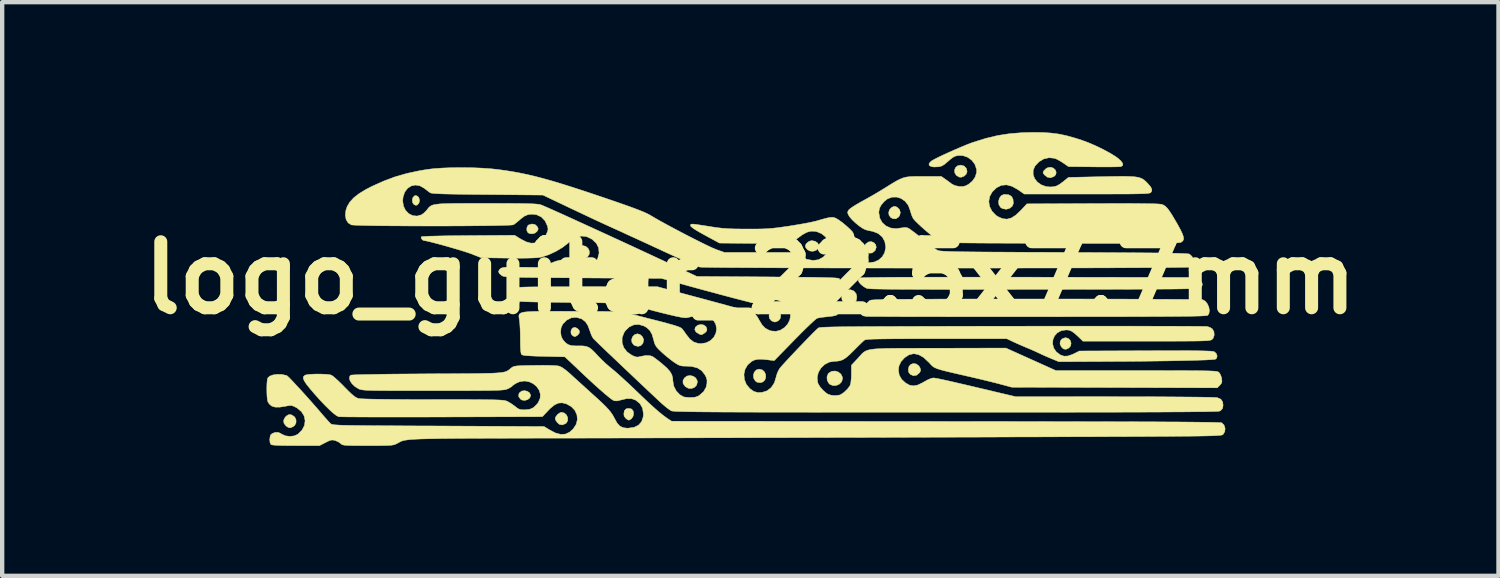
<source format=kicad_pcb>
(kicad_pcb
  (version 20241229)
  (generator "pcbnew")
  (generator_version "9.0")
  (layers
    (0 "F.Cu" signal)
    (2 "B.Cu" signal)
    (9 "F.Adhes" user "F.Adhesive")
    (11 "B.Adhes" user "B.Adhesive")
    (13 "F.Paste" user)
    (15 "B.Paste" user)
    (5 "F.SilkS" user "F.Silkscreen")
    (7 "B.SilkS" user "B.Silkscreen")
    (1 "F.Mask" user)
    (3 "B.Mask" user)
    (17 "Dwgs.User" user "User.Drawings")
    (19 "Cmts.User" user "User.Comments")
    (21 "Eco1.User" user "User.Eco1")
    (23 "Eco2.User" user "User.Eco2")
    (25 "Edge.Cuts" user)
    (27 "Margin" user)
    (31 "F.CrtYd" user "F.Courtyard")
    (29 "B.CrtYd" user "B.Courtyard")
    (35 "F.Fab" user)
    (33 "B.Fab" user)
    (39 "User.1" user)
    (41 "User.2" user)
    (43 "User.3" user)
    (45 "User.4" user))
  (footprint "logo_guitar_22.5x7.7mm"
    (layer "F.Cu")
    (at 14.268 3.364)
    (property "Reference" "logo_guitar_22.5x7.7mm" (at 0 0 0) (layer "F.SilkS") (effects (font (size 1.524 1.524) (thickness 0.3))))
    (attr through_hole)
    (fp_poly (pts (xy -7.674 -1.881) (xy -7.648 -1.845) (xy -7.635 -1.781) (xy -7.651 -1.722) (xy -7.689 -1.683) (xy -7.72 -1.675) (xy -7.765 -1.695) (xy -7.792 -1.732) (xy -7.804 -1.796) (xy -7.788 -1.855) (xy -7.751 -1.894) (xy -7.72 -1.902) (xy -7.674 -1.881)) (stroke (width 0.01) (type solid)) (fill yes) (layer "F.SilkS"))
    (fp_poly (pts (xy 4.932 -2.583) (xy 4.984 -2.53) (xy 5.003 -2.455) (xy 4.983 -2.396) (xy 4.934 -2.349) (xy 4.87 -2.324) (xy 4.822 -2.327) (xy 4.755 -2.366) (xy 4.719 -2.423) (xy 4.713 -2.487) (xy 4.735 -2.546) (xy 4.785 -2.588) (xy 4.856 -2.603) (xy 4.932 -2.583)) (stroke (width 0.01) (type solid)) (fill yes) (layer "F.SilkS"))
    (fp_poly (pts (xy 7.344 1.4) (xy 7.386 1.447) (xy 7.403 1.509) (xy 7.391 1.571) (xy 7.352 1.617) (xy 7.284 1.649) (xy 7.226 1.638) (xy 7.178 1.592) (xy 7.147 1.524) (xy 7.154 1.458) (xy 7.195 1.407) (xy 7.264 1.382) (xy 7.281 1.381) (xy 7.344 1.4)) (stroke (width 0.01) (type solid)) (fill yes) (layer "F.SilkS"))
    (fp_poly (pts (xy -5.149 2.616) (xy -5.097 2.651) (xy -5.072 2.704) (xy -5.071 2.715) (xy -5.091 2.77) (xy -5.14 2.809) (xy -5.205 2.828) (xy -5.27 2.819) (xy -5.301 2.801) (xy -5.345 2.744) (xy -5.345 2.682) (xy -5.328 2.651) (xy -5.279 2.613) (xy -5.214 2.602) (xy -5.149 2.616)) (stroke (width 0.01) (type solid)) (fill yes) (layer "F.SilkS"))
    (fp_poly (pts (xy -4.967 -1.23) (xy -4.922 -1.189) (xy -4.898 -1.144) (xy -4.902 -1.109) (xy -4.922 -1.075) (xy -4.971 -1.034) (xy -5.038 -1.017) (xy -5.104 -1.026) (xy -5.134 -1.046) (xy -5.159 -1.096) (xy -5.158 -1.157) (xy -5.135 -1.208) (xy -5.118 -1.222) (xy -5.038 -1.245) (xy -4.967 -1.23)) (stroke (width 0.01) (type solid)) (fill yes) (layer "F.SilkS"))
    (fp_poly (pts (xy -2.74 3.026) (xy -2.703 3.073) (xy -2.694 3.139) (xy -2.709 3.2) (xy -2.747 3.253) (xy -2.795 3.281) (xy -2.807 3.283) (xy -2.833 3.271) (xy -2.87 3.247) (xy -2.912 3.194) (xy -2.92 3.139) (xy -2.907 3.063) (xy -2.865 3.021) (xy -2.807 3.011) (xy -2.74 3.026)) (stroke (width 0.01) (type solid)) (fill yes) (layer "F.SilkS"))
    (fp_poly (pts (xy -2.541 1.31) (xy -2.489 1.359) (xy -2.463 1.422) (xy -2.462 1.434) (xy -2.48 1.511) (xy -2.527 1.562) (xy -2.592 1.581) (xy -2.664 1.563) (xy -2.694 1.544) (xy -2.734 1.487) (xy -2.74 1.42) (xy -2.717 1.356) (xy -2.669 1.308) (xy -2.603 1.29) (xy -2.541 1.31)) (stroke (width 0.01) (type solid)) (fill yes) (layer "F.SilkS"))
    (fp_poly (pts (xy 2.854 -0.812) (xy 2.893 -0.767) (xy 2.906 -0.708) (xy 2.885 -0.643) (xy 2.874 -0.626) (xy 2.812 -0.576) (xy 2.741 -0.571) (xy 2.676 -0.601) (xy 2.635 -0.654) (xy 2.63 -0.72) (xy 2.664 -0.784) (xy 2.671 -0.792) (xy 2.734 -0.832) (xy 2.798 -0.836) (xy 2.854 -0.812)) (stroke (width 0.01) (type solid)) (fill yes) (layer "F.SilkS"))
    (fp_poly (pts (xy 3.831 1.987) (xy 3.888 2.03) (xy 3.913 2.069) (xy 3.931 2.119) (xy 3.923 2.158) (xy 3.9 2.193) (xy 3.837 2.246) (xy 3.764 2.257) (xy 3.696 2.229) (xy 3.655 2.179) (xy 3.645 2.116) (xy 3.662 2.043) (xy 3.706 1.995) (xy 3.766 1.976) (xy 3.831 1.987)) (stroke (width 0.01) (type solid)) (fill yes) (layer "F.SilkS"))
    (fp_poly (pts (xy 6.997 -2.532) (xy 7.04 -2.49) (xy 7.059 -2.437) (xy 7.049 -2.383) (xy 7.014 -2.345) (xy 6.935 -2.312) (xy 6.858 -2.324) (xy 6.8 -2.367) (xy 6.763 -2.408) (xy 6.756 -2.438) (xy 6.775 -2.474) (xy 6.822 -2.52) (xy 6.869 -2.546) (xy 6.938 -2.554) (xy 6.997 -2.532)) (stroke (width 0.01) (type solid)) (fill yes) (layer "F.SilkS"))
    (fp_poly (pts (xy -3.999 1.162) (xy -3.994 1.165) (xy -3.948 1.214) (xy -3.945 1.269) (xy -3.985 1.32) (xy -3.989 1.323) (xy -4.033 1.351) (xy -4.063 1.354) (xy -4.102 1.334) (xy -4.103 1.334) (xy -4.136 1.292) (xy -4.142 1.234) (xy -4.123 1.179) (xy -4.096 1.154) (xy -4.049 1.141) (xy -3.999 1.162)) (stroke (width 0.01) (type solid)) (fill yes) (layer "F.SilkS"))
    (fp_poly (pts (xy -3.799 -0.729) (xy -3.746 -0.683) (xy -3.716 -0.62) (xy -3.716 -0.553) (xy -3.751 -0.493) (xy -3.754 -0.49) (xy -3.816 -0.459) (xy -3.89 -0.453) (xy -3.958 -0.472) (xy -3.994 -0.503) (xy -4.025 -0.579) (xy -4.017 -0.651) (xy -3.976 -0.71) (xy -3.909 -0.743) (xy -3.871 -0.747) (xy -3.799 -0.729)) (stroke (width 0.01) (type solid)) (fill yes) (layer "F.SilkS"))
    (fp_poly (pts (xy -1.317 2.27) (xy -1.259 2.311) (xy -1.226 2.373) (xy -1.222 2.402) (xy -1.241 2.476) (xy -1.29 2.527) (xy -1.357 2.553) (xy -1.431 2.548) (xy -1.501 2.508) (xy -1.506 2.503) (xy -1.553 2.436) (xy -1.555 2.369) (xy -1.52 2.307) (xy -1.46 2.264) (xy -1.389 2.253) (xy -1.317 2.27)) (stroke (width 0.01) (type solid)) (fill yes) (layer "F.SilkS"))
    (fp_poly (pts (xy 0.275 2.123) (xy 0.325 2.167) (xy 0.352 2.228) (xy 0.356 2.295) (xy 0.335 2.356) (xy 0.289 2.401) (xy 0.233 2.418) (xy 0.155 2.407) (xy 0.115 2.378) (xy 0.076 2.315) (xy 0.07 2.243) (xy 0.091 2.176) (xy 0.136 2.126) (xy 0.201 2.105) (xy 0.203 2.105) (xy 0.275 2.123)) (stroke (width 0.01) (type solid)) (fill yes) (layer "F.SilkS"))
    (fp_poly (pts (xy 3.355 -1.647) (xy 3.39 -1.629) (xy 3.443 -1.577) (xy 3.462 -1.508) (xy 3.445 -1.438) (xy 3.42 -1.405) (xy 3.357 -1.364) (xy 3.291 -1.367) (xy 3.241 -1.394) (xy 3.201 -1.447) (xy 3.193 -1.514) (xy 3.215 -1.58) (xy 3.265 -1.629) (xy 3.266 -1.629) (xy 3.315 -1.651) (xy 3.355 -1.647)) (stroke (width 0.01) (type solid)) (fill yes) (layer "F.SilkS"))
    (fp_poly (pts (xy -10.573 3.169) (xy -10.514 3.213) (xy -10.485 3.277) (xy -10.486 3.346) (xy -10.518 3.406) (xy -10.561 3.437) (xy -10.616 3.459) (xy -10.654 3.457) (xy -10.698 3.43) (xy -10.717 3.416) (xy -10.764 3.355) (xy -10.771 3.285) (xy -10.738 3.218) (xy -10.704 3.185) (xy -10.655 3.156) (xy -10.612 3.155) (xy -10.573 3.169)) (stroke (width 0.01) (type solid)) (fill yes) (layer "F.SilkS"))
    (fp_poly (pts (xy -4.29 3.12) (xy -4.241 3.167) (xy -4.215 3.229) (xy -4.216 3.295) (xy -4.248 3.35) (xy -4.261 3.36) (xy -4.337 3.393) (xy -4.406 3.381) (xy -4.458 3.336) (xy -4.49 3.287) (xy -4.505 3.25) (xy -4.505 3.249) (xy -4.487 3.198) (xy -4.443 3.146) (xy -4.389 3.11) (xy -4.356 3.101) (xy -4.29 3.12)) (stroke (width 0.01) (type solid)) (fill yes) (layer "F.SilkS"))
    (fp_poly (pts (xy -1.071 1.089) (xy -1.022 1.128) (xy -1.002 1.183) (xy -1.007 1.22) (xy -1.03 1.251) (xy -1.074 1.285) (xy -1.117 1.308) (xy -1.139 1.312) (xy -1.16 1.303) (xy -1.189 1.291) (xy -1.254 1.249) (xy -1.282 1.196) (xy -1.271 1.141) (xy -1.221 1.096) (xy -1.209 1.09) (xy -1.137 1.074) (xy -1.071 1.089)) (stroke (width 0.01) (type solid)) (fill yes) (layer "F.SilkS"))
    (fp_poly (pts (xy 1.497 -0.845) (xy 1.555 -0.804) (xy 1.584 -0.749) (xy 1.585 -0.736) (xy 1.565 -0.677) (xy 1.516 -0.635) (xy 1.449 -0.615) (xy 1.378 -0.62) (xy 1.317 -0.653) (xy 1.313 -0.657) (xy 1.279 -0.701) (xy 1.268 -0.736) (xy 1.287 -0.786) (xy 1.336 -0.831) (xy 1.397 -0.858) (xy 1.421 -0.86) (xy 1.497 -0.845)) (stroke (width 0.01) (type solid)) (fill yes) (layer "F.SilkS"))
    (fp_poly (pts (xy 2.031 2.173) (xy 2.091 2.221) (xy 2.125 2.291) (xy 2.128 2.323) (xy 2.108 2.395) (xy 2.058 2.449) (xy 1.988 2.481) (xy 1.912 2.486) (xy 1.841 2.46) (xy 1.815 2.438) (xy 1.775 2.367) (xy 1.768 2.287) (xy 1.796 2.214) (xy 1.811 2.196) (xy 1.879 2.155) (xy 1.957 2.149) (xy 2.031 2.173)) (stroke (width 0.01) (type solid)) (fill yes) (layer "F.SilkS"))
    (fp_poly (pts (xy 2.391 0.304) (xy 2.392 0.305) (xy 2.441 0.364) (xy 2.458 0.439) (xy 2.446 0.516) (xy 2.404 0.581) (xy 2.363 0.608) (xy 2.279 0.632) (xy 2.209 0.616) (xy 2.161 0.578) (xy 2.116 0.508) (xy 2.108 0.436) (xy 2.131 0.367) (xy 2.177 0.312) (xy 2.241 0.278) (xy 2.314 0.273) (xy 2.391 0.304)) (stroke (width 0.01) (type solid)) (fill yes) (layer "F.SilkS"))
    (fp_poly (pts (xy 5.959 -1.92) (xy 6.027 -1.883) (xy 6.063 -1.814) (xy 6.07 -1.715) (xy 6.045 -1.655) (xy 5.989 -1.608) (xy 5.915 -1.586) (xy 5.897 -1.585) (xy 5.817 -1.601) (xy 5.773 -1.63) (xy 5.736 -1.692) (xy 5.729 -1.766) (xy 5.748 -1.839) (xy 5.788 -1.896) (xy 5.847 -1.926) (xy 5.858 -1.927) (xy 5.959 -1.92)) (stroke (width 0.01) (type solid)) (fill yes) (layer "F.SilkS"))
    (fp_poly (pts (xy 0.593 0.73) (xy 0.628 0.748) (xy 0.679 0.797) (xy 0.701 0.863) (xy 0.693 0.93) (xy 0.653 0.983) (xy 0.653 0.983) (xy 0.602 1.01) (xy 0.566 1.019) (xy 0.522 1.006) (xy 0.479 0.983) (xy 0.439 0.93) (xy 0.431 0.863) (xy 0.453 0.797) (xy 0.504 0.748) (xy 0.504 0.748) (xy 0.553 0.726) (xy 0.593 0.73)) (stroke (width 0.01) (type solid)) (fill yes) (layer "F.SilkS"))
    (fp_poly (pts (xy 5.502 -0.018) (xy 6.025 -0.018) (xy 6.453 -0.017) (xy 10.327 -0.011) (xy 10.382 0.052) (xy 10.424 0.112) (xy 10.433 0.159) (xy 10.409 0.21) (xy 10.404 0.216) (xy 10.399 0.222) (xy 10.392 0.227) (xy 10.38 0.232) (xy 10.362 0.236) (xy 10.335 0.24) (xy 10.297 0.243) (xy 10.247 0.246) (xy 10.182 0.249) (xy 10.1 0.251) (xy 10 0.253) (xy 9.879 0.255) (xy 9.735 0.257) (xy 9.566 0.258) (xy 9.371 0.259) (xy 9.146 0.26) (xy 8.891 0.261) (xy 8.603 0.262) (xy 8.279 0.263) (xy 7.919 0.263) (xy 7.52 0.264) (xy 7.079 0.265) (xy 6.596 0.265) (xy 6.561 0.265) (xy 6.061 0.266) (xy 5.605 0.266) (xy 5.19 0.266) (xy 4.815 0.267) (xy 4.477 0.266) (xy 4.176 0.266) (xy 3.908 0.265) (xy 3.673 0.264) (xy 3.468 0.263) (xy 3.292 0.262) (xy 3.142 0.26) (xy 3.017 0.258) (xy 2.915 0.256) (xy 2.834 0.254) (xy 2.772 0.251) (xy 2.728 0.247) (xy 2.698 0.244) (xy 2.683 0.24) (xy 2.683 0.24) (xy 2.615 0.201) (xy 2.552 0.15) (xy 2.507 0.098) (xy 2.49 0.058) (xy 2.508 0.021) (xy 2.534 0.001) (xy 2.56 -0.003) (xy 2.624 -0.006) (xy 2.728 -0.008) (xy 2.87 -0.011) (xy 3.053 -0.013) (xy 3.277 -0.015) (xy 3.542 -0.016) (xy 3.848 -0.017) (xy 4.197 -0.018) (xy 4.589 -0.018) (xy 5.023 -0.018) (xy 5.502 -0.018)) (stroke (width 0.01) (type solid)) (fill yes) (layer "F.SilkS"))
    (fp_poly (pts (xy 7.021 0.487) (xy 7.42 0.487) (xy 7.804 0.488) (xy 8.172 0.488) (xy 8.522 0.489) (xy 8.849 0.49) (xy 9.153 0.491) (xy 9.431 0.493) (xy 9.681 0.494) (xy 9.899 0.495) (xy 10.084 0.497) (xy 10.233 0.499) (xy 10.345 0.501) (xy 10.415 0.502) (xy 10.443 0.504) (xy 10.503 0.54) (xy 10.552 0.604) (xy 10.584 0.682) (xy 10.596 0.761) (xy 10.582 0.829) (xy 10.557 0.863) (xy 10.547 0.867) (xy 10.524 0.871) (xy 10.487 0.874) (xy 10.434 0.877) (xy 10.363 0.88) (xy 10.272 0.882) (xy 10.16 0.885) (xy 10.025 0.887) (xy 9.863 0.888) (xy 9.675 0.89) (xy 9.458 0.891) (xy 9.209 0.892) (xy 8.928 0.893) (xy 8.612 0.894) (xy 8.259 0.895) (xy 7.868 0.895) (xy 7.436 0.895) (xy 6.962 0.896) (xy 6.646 0.896) (xy 6.23 0.896) (xy 5.824 0.896) (xy 5.433 0.896) (xy 5.057 0.896) (xy 4.7 0.896) (xy 4.364 0.895) (xy 4.052 0.895) (xy 3.765 0.894) (xy 3.506 0.894) (xy 3.278 0.893) (xy 3.083 0.892) (xy 2.923 0.892) (xy 2.801 0.891) (xy 2.719 0.89) (xy 2.679 0.889) (xy 2.677 0.889) (xy 2.6 0.874) (xy 2.56 0.844) (xy 2.556 0.795) (xy 2.588 0.722) (xy 2.619 0.671) (xy 2.681 0.591) (xy 2.742 0.533) (xy 2.772 0.516) (xy 2.788 0.512) (xy 2.821 0.509) (xy 2.87 0.505) (xy 2.939 0.502) (xy 3.029 0.5) (xy 3.142 0.498) (xy 3.279 0.495) (xy 3.442 0.494) (xy 3.634 0.492) (xy 3.856 0.491) (xy 4.109 0.49) (xy 4.397 0.489) (xy 4.72 0.488) (xy 5.08 0.487) (xy 5.479 0.487) (xy 5.919 0.487) (xy 6.402 0.487) (xy 6.61 0.487) (xy 7.021 0.487)) (stroke (width 0.01) (type solid)) (fill yes) (layer "F.SilkS"))
    (fp_poly (pts (xy 6.752 -3.356) (xy 6.944 -3.343) (xy 7.121 -3.32) (xy 7.3 -3.282) (xy 7.493 -3.228) (xy 7.65 -3.178) (xy 7.803 -3.121) (xy 7.969 -3.05) (xy 8.136 -2.969) (xy 8.291 -2.886) (xy 8.422 -2.806) (xy 8.479 -2.766) (xy 8.554 -2.699) (xy 8.594 -2.642) (xy 8.596 -2.598) (xy 8.559 -2.571) (xy 8.553 -2.569) (xy 8.516 -2.566) (xy 8.441 -2.563) (xy 8.334 -2.562) (xy 8.203 -2.561) (xy 8.052 -2.561) (xy 7.921 -2.563) (xy 7.343 -2.569) (xy 7.22 -2.654) (xy 7.142 -2.703) (xy 7.066 -2.743) (xy 7.019 -2.761) (xy 6.896 -2.774) (xy 6.774 -2.747) (xy 6.663 -2.681) (xy 6.571 -2.583) (xy 6.569 -2.58) (xy 6.528 -2.485) (xy 6.527 -2.387) (xy 6.56 -2.294) (xy 6.624 -2.213) (xy 6.713 -2.149) (xy 6.822 -2.109) (xy 6.917 -2.099) (xy 6.998 -2.104) (xy 7.068 -2.122) (xy 7.139 -2.161) (xy 7.225 -2.225) (xy 7.242 -2.239) (xy 7.342 -2.32) (xy 8.046 -2.335) (xy 8.28 -2.34) (xy 8.473 -2.343) (xy 8.631 -2.344) (xy 8.758 -2.341) (xy 8.858 -2.335) (xy 8.937 -2.324) (xy 8.998 -2.308) (xy 9.048 -2.286) (xy 9.09 -2.258) (xy 9.13 -2.223) (xy 9.171 -2.181) (xy 9.234 -2.108) (xy 9.264 -2.053) (xy 9.265 -2.009) (xy 9.248 -1.977) (xy 9.24 -1.969) (xy 9.228 -1.962) (xy 9.207 -1.956) (xy 9.175 -1.951) (xy 9.129 -1.946) (xy 9.065 -1.943) (xy 8.979 -1.941) (xy 8.869 -1.939) (xy 8.73 -1.937) (xy 8.561 -1.937) (xy 8.357 -1.936) (xy 8.115 -1.936) (xy 7.831 -1.936) (xy 7.77 -1.936) (xy 6.322 -1.936) (xy 6.179 -2.036) (xy 6.041 -2.114) (xy 5.913 -2.148) (xy 5.794 -2.137) (xy 5.683 -2.082) (xy 5.583 -1.985) (xy 5.524 -1.879) (xy 5.504 -1.763) (xy 5.522 -1.648) (xy 5.577 -1.54) (xy 5.665 -1.448) (xy 5.713 -1.415) (xy 5.821 -1.367) (xy 5.923 -1.356) (xy 6.024 -1.383) (xy 6.128 -1.45) (xy 6.242 -1.558) (xy 6.383 -1.709) (xy 7.895 -1.716) (xy 8.245 -1.717) (xy 8.551 -1.718) (xy 8.813 -1.717) (xy 9.032 -1.715) (xy 9.208 -1.713) (xy 9.341 -1.71) (xy 9.433 -1.705) (xy 9.483 -1.7) (xy 9.489 -1.699) (xy 9.536 -1.681) (xy 9.58 -1.652) (xy 9.624 -1.608) (xy 9.674 -1.542) (xy 9.734 -1.45) (xy 9.808 -1.325) (xy 9.847 -1.258) (xy 9.921 -1.124) (xy 9.97 -1.022) (xy 9.996 -0.947) (xy 10 -0.893) (xy 9.982 -0.854) (xy 9.945 -0.825) (xy 9.938 -0.821) (xy 9.921 -0.817) (xy 9.887 -0.813) (xy 9.833 -0.809) (xy 9.758 -0.806) (xy 9.66 -0.804) (xy 9.537 -0.802) (xy 9.385 -0.8) (xy 9.205 -0.799) (xy 8.992 -0.798) (xy 8.746 -0.797) (xy 8.463 -0.797) (xy 8.143 -0.797) (xy 7.783 -0.797) (xy 7.38 -0.798) (xy 7.165 -0.798) (xy 6.756 -0.799) (xy 6.39 -0.8) (xy 6.064 -0.801) (xy 5.777 -0.802) (xy 5.524 -0.803) (xy 5.305 -0.804) (xy 5.117 -0.806) (xy 4.956 -0.807) (xy 4.821 -0.809) (xy 4.71 -0.811) (xy 4.62 -0.814) (xy 4.548 -0.817) (xy 4.491 -0.821) (xy 4.449 -0.824) (xy 4.417 -0.829) (xy 4.394 -0.834) (xy 4.378 -0.839) (xy 4.369 -0.843) (xy 4.316 -0.876) (xy 4.241 -0.933) (xy 4.151 -1.005) (xy 4.054 -1.087) (xy 3.958 -1.171) (xy 3.873 -1.25) (xy 3.805 -1.317) (xy 3.763 -1.365) (xy 3.758 -1.372) (xy 3.729 -1.433) (xy 3.701 -1.515) (xy 3.69 -1.557) (xy 3.644 -1.678) (xy 3.57 -1.771) (xy 3.478 -1.835) (xy 3.374 -1.866) (xy 3.267 -1.863) (xy 3.163 -1.823) (xy 3.086 -1.761) (xy 3.017 -1.678) (xy 2.979 -1.604) (xy 2.966 -1.524) (xy 2.966 -1.505) (xy 2.986 -1.381) (xy 3.042 -1.279) (xy 3.128 -1.201) (xy 3.237 -1.152) (xy 3.363 -1.137) (xy 3.473 -1.152) (xy 3.571 -1.165) (xy 3.634 -1.154) (xy 3.672 -1.132) (xy 3.736 -1.086) (xy 3.82 -1.023) (xy 3.916 -0.946) (xy 3.969 -0.902) (xy 4.07 -0.82) (xy 4.165 -0.746) (xy 4.246 -0.686) (xy 4.305 -0.646) (xy 4.324 -0.636) (xy 4.339 -0.631) (xy 4.361 -0.626) (xy 4.394 -0.621) (xy 4.437 -0.618) (xy 4.496 -0.614) (xy 4.57 -0.611) (xy 4.664 -0.608) (xy 4.779 -0.605) (xy 4.918 -0.603) (xy 5.083 -0.601) (xy 5.277 -0.599) (xy 5.501 -0.597) (xy 5.758 -0.596) (xy 6.05 -0.594) (xy 6.381 -0.592) (xy 6.751 -0.591) (xy 7.164 -0.589) (xy 7.244 -0.589) (xy 7.679 -0.587) (xy 8.07 -0.585) (xy 8.42 -0.583) (xy 8.73 -0.581) (xy 9.004 -0.579) (xy 9.242 -0.577) (xy 9.447 -0.575) (xy 9.621 -0.572) (xy 9.766 -0.569) (xy 9.884 -0.567) (xy 9.977 -0.563) (xy 10.047 -0.56) (xy 10.095 -0.556) (xy 10.125 -0.552) (xy 10.136 -0.548) (xy 10.191 -0.498) (xy 10.232 -0.427) (xy 10.248 -0.355) (xy 10.245 -0.327) (xy 10.218 -0.283) (xy 10.158 -0.253) (xy 10.143 -0.249) (xy 10.112 -0.247) (xy 10.039 -0.245) (xy 9.924 -0.243) (xy 9.772 -0.241) (xy 9.583 -0.239) (xy 9.361 -0.238) (xy 9.109 -0.236) (xy 8.827 -0.235) (xy 8.52 -0.233) (xy 8.188 -0.232) (xy 7.835 -0.231) (xy 7.462 -0.23) (xy 7.073 -0.229) (xy 6.67 -0.229) (xy 6.254 -0.228) (xy 5.829 -0.228) (xy 5.396 -0.227) (xy 4.959 -0.227) (xy 4.519 -0.227) (xy 4.079 -0.227) (xy 3.641 -0.227) (xy 3.208 -0.228) (xy 2.781 -0.228) (xy 2.364 -0.229) (xy 1.959 -0.229) (xy 1.568 -0.23) (xy 1.193 -0.231) (xy 0.837 -0.232) (xy 0.502 -0.233) (xy 0.191 -0.235) (xy -0.095 -0.236) (xy -0.352 -0.238) (xy -0.578 -0.239) (xy -0.771 -0.241) (xy -0.929 -0.243) (xy -1.049 -0.245) (xy -1.129 -0.247) (xy -1.166 -0.25) (xy -1.167 -0.25) (xy -1.207 -0.264) (xy -1.284 -0.294) (xy -1.391 -0.34) (xy -1.525 -0.398) (xy -1.679 -0.467) (xy -1.849 -0.544) (xy -2.03 -0.627) (xy -2.072 -0.647) (xy -2.267 -0.737) (xy -2.462 -0.827) (xy -2.651 -0.914) (xy -2.827 -0.994) (xy -2.982 -1.066) (xy -3.11 -1.124) (xy -3.203 -1.166) (xy -3.308 -1.214) (xy -3.445 -1.277) (xy -3.605 -1.351) (xy -3.779 -1.433) (xy -3.959 -1.518) (xy -4.136 -1.602) (xy -4.154 -1.61) (xy -4.788 -1.912) (xy -6.068 -1.924) (xy -6.347 -1.926) (xy -6.584 -1.929) (xy -6.782 -1.932) (xy -6.946 -1.935) (xy -7.077 -1.938) (xy -7.181 -1.942) (xy -7.26 -1.946) (xy -7.318 -1.951) (xy -7.358 -1.956) (xy -7.383 -1.963) (xy -7.396 -1.97) (xy -7.443 -2.005) (xy -7.505 -2.053) (xy -7.524 -2.068) (xy -7.627 -2.126) (xy -7.73 -2.143) (xy -7.826 -2.123) (xy -7.91 -2.069) (xy -7.975 -1.984) (xy -8.014 -1.873) (xy -8.024 -1.777) (xy -8.006 -1.658) (xy -7.957 -1.558) (xy -7.884 -1.483) (xy -7.794 -1.438) (xy -7.694 -1.427) (xy -7.591 -1.456) (xy -7.586 -1.459) (xy -7.533 -1.498) (xy -7.476 -1.555) (xy -7.46 -1.574) (xy -7.436 -1.606) (xy -7.413 -1.632) (xy -7.386 -1.654) (xy -7.354 -1.673) (xy -7.31 -1.687) (xy -7.253 -1.698) (xy -7.177 -1.707) (xy -7.079 -1.713) (xy -6.956 -1.716) (xy -6.803 -1.719) (xy -6.617 -1.72) (xy -6.393 -1.72) (xy -6.128 -1.72) (xy -6.094 -1.72) (xy -5.82 -1.72) (xy -5.589 -1.719) (xy -5.395 -1.718) (xy -5.237 -1.716) (xy -5.11 -1.713) (xy -5.011 -1.709) (xy -4.936 -1.704) (xy -4.883 -1.698) (xy -4.847 -1.691) (xy -4.843 -1.69) (xy -4.804 -1.675) (xy -4.727 -1.642) (xy -4.615 -1.593) (xy -4.472 -1.529) (xy -4.301 -1.452) (xy -4.105 -1.363) (xy -3.887 -1.263) (xy -3.65 -1.155) (xy -3.397 -1.039) (xy -3.132 -0.917) (xy -2.858 -0.791) (xy -2.578 -0.661) (xy -2.296 -0.53) (xy -2.013 -0.398) (xy -1.822 -0.309) (xy -1.234 -0.034) (xy 0.403 -0.023) (xy 0.718 -0.02) (xy 0.992 -0.018) (xy 1.226 -0.016) (xy 1.423 -0.014) (xy 1.588 -0.011) (xy 1.722 -0.008) (xy 1.828 -0.005) (xy 1.911 -0.002) (xy 1.972 0.002) (xy 2.014 0.007) (xy 2.041 0.012) (xy 2.056 0.018) (xy 2.06 0.023) (xy 2.065 0.07) (xy 2.048 0.102) (xy 1.963 0.223) (xy 1.909 0.322) (xy 1.885 0.409) (xy 1.889 0.496) (xy 1.921 0.591) (xy 1.981 0.707) (xy 2.003 0.746) (xy 2.025 0.798) (xy 2.017 0.837) (xy 1.977 0.864) (xy 1.899 0.882) (xy 1.795 0.894) (xy 1.698 0.904) (xy 1.612 0.916) (xy 1.552 0.928) (xy 1.54 0.932) (xy 1.51 0.953) (xy 1.453 1.003) (xy 1.374 1.077) (xy 1.277 1.17) (xy 1.167 1.279) (xy 1.048 1.4) (xy 1.017 1.431) (xy 0.551 1.909) (xy 0.406 1.891) (xy 0.276 1.878) (xy 0.179 1.878) (xy 0.104 1.892) (xy 0.04 1.921) (xy 0.032 1.926) (xy -0.063 2.008) (xy -0.123 2.112) (xy -0.148 2.227) (xy -0.137 2.346) (xy -0.091 2.46) (xy -0.009 2.557) (xy 0.08 2.62) (xy 0.171 2.646) (xy 0.272 2.642) (xy 0.388 2.605) (xy 0.483 2.53) (xy 0.554 2.422) (xy 0.597 2.282) (xy 0.599 2.27) (xy 0.624 2.19) (xy 0.665 2.109) (xy 0.678 2.089) (xy 0.712 2.048) (xy 0.771 1.982) (xy 0.85 1.896) (xy 0.943 1.796) (xy 1.046 1.687) (xy 1.153 1.575) (xy 1.258 1.466) (xy 1.356 1.365) (xy 1.442 1.277) (xy 1.511 1.209) (xy 1.558 1.165) (xy 1.571 1.155) (xy 1.581 1.15) (xy 1.599 1.147) (xy 1.627 1.143) (xy 1.668 1.14) (xy 1.723 1.137) (xy 1.794 1.135) (xy 1.882 1.132) (xy 1.99 1.13) (xy 2.12 1.128) (xy 2.272 1.126) (xy 2.45 1.125) (xy 2.654 1.123) (xy 2.887 1.122) (xy 3.151 1.121) (xy 3.447 1.12) (xy 3.777 1.119) (xy 4.143 1.118) (xy 4.547 1.117) (xy 4.991 1.116) (xy 5.476 1.115) (xy 6.004 1.115) (xy 6.044 1.115) (xy 6.49 1.114) (xy 6.923 1.114) (xy 7.343 1.113) (xy 7.747 1.113) (xy 8.133 1.113) (xy 8.499 1.113) (xy 8.841 1.114) (xy 9.159 1.114) (xy 9.45 1.115) (xy 9.712 1.115) (xy 9.942 1.116) (xy 10.138 1.117) (xy 10.299 1.118) (xy 10.421 1.119) (xy 10.503 1.12) (xy 10.542 1.121) (xy 10.545 1.122) (xy 10.612 1.144) (xy 10.664 1.178) (xy 10.7 1.243) (xy 10.706 1.321) (xy 10.681 1.392) (xy 10.66 1.417) (xy 10.649 1.426) (xy 10.634 1.433) (xy 10.612 1.439) (xy 10.58 1.445) (xy 10.534 1.449) (xy 10.471 1.452) (xy 10.387 1.455) (xy 10.279 1.457) (xy 10.144 1.458) (xy 9.979 1.459) (xy 9.78 1.46) (xy 9.543 1.46) (xy 9.266 1.46) (xy 9.144 1.46) (xy 7.676 1.46) (xy 7.568 1.355) (xy 7.483 1.278) (xy 7.415 1.23) (xy 7.354 1.206) (xy 7.29 1.2) (xy 7.175 1.218) (xy 7.084 1.268) (xy 7.02 1.34) (xy 6.983 1.429) (xy 6.977 1.525) (xy 7.002 1.62) (xy 7.061 1.707) (xy 7.155 1.777) (xy 7.158 1.779) (xy 7.239 1.806) (xy 7.327 1.803) (xy 7.431 1.767) (xy 7.471 1.749) (xy 7.595 1.687) (xy 9.123 1.681) (xy 9.438 1.68) (xy 9.71 1.679) (xy 9.943 1.68) (xy 10.139 1.68) (xy 10.301 1.682) (xy 10.431 1.684) (xy 10.533 1.687) (xy 10.609 1.69) (xy 10.662 1.695) (xy 10.695 1.7) (xy 10.708 1.704) (xy 10.753 1.745) (xy 10.773 1.798) (xy 10.764 1.849) (xy 10.737 1.875) (xy 10.703 1.881) (xy 10.625 1.888) (xy 10.506 1.894) (xy 10.348 1.899) (xy 10.154 1.905) (xy 9.925 1.91) (xy 9.663 1.915) (xy 9.371 1.919) (xy 9.05 1.923) (xy 8.704 1.926) (xy 8.333 1.928) (xy 8.161 1.929) (xy 7.12 1.934) (xy 6.946 1.862) (xy 6.845 1.819) (xy 6.741 1.773) (xy 6.657 1.733) (xy 6.652 1.731) (xy 6.566 1.691) (xy 6.462 1.645) (xy 6.373 1.608) (xy 6.266 1.563) (xy 6.151 1.512) (xy 6.067 1.474) (xy 5.92 1.404) (xy 4.301 1.404) (xy 3.983 1.404) (xy 3.708 1.404) (xy 3.473 1.405) (xy 3.273 1.406) (xy 3.107 1.408) (xy 2.972 1.41) (xy 2.864 1.412) (xy 2.781 1.415) (xy 2.72 1.419) (xy 2.677 1.424) (xy 2.65 1.429) (xy 2.636 1.435) (xy 2.603 1.463) (xy 2.547 1.516) (xy 2.475 1.587) (xy 2.394 1.668) (xy 2.389 1.673) (xy 2.288 1.773) (xy 2.206 1.843) (xy 2.135 1.888) (xy 2.065 1.913) (xy 1.987 1.923) (xy 1.94 1.924) (xy 1.82 1.944) (xy 1.714 1.999) (xy 1.629 2.081) (xy 1.57 2.181) (xy 1.543 2.293) (xy 1.554 2.409) (xy 1.563 2.438) (xy 1.605 2.51) (xy 1.671 2.587) (xy 1.746 2.654) (xy 1.793 2.685) (xy 1.871 2.709) (xy 1.965 2.716) (xy 2.053 2.705) (xy 2.09 2.691) (xy 2.167 2.638) (xy 2.243 2.564) (xy 2.298 2.489) (xy 2.3 2.486) (xy 2.319 2.421) (xy 2.329 2.316) (xy 2.332 2.22) (xy 2.332 2.016) (xy 2.47 1.869) (xy 2.511 1.823) (xy 2.547 1.783) (xy 2.578 1.749) (xy 2.61 1.72) (xy 2.646 1.696) (xy 2.688 1.676) (xy 2.741 1.66) (xy 2.808 1.648) (xy 2.891 1.639) (xy 2.996 1.633) (xy 3.124 1.628) (xy 3.28 1.626) (xy 3.466 1.624) (xy 3.686 1.624) (xy 3.945 1.623) (xy 4.244 1.623) (xy 4.33 1.623) (xy 5.897 1.619) (xy 6.475 1.879) (xy 7.052 2.139) (xy 8.913 2.139) (xy 9.247 2.139) (xy 9.538 2.139) (xy 9.79 2.14) (xy 10.005 2.14) (xy 10.187 2.141) (xy 10.338 2.142) (xy 10.462 2.144) (xy 10.561 2.146) (xy 10.639 2.149) (xy 10.698 2.152) (xy 10.741 2.156) (xy 10.772 2.161) (xy 10.792 2.167) (xy 10.806 2.173) (xy 10.815 2.181) (xy 10.819 2.185) (xy 10.852 2.236) (xy 10.876 2.307) (xy 10.879 2.324) (xy 10.885 2.39) (xy 10.872 2.435) (xy 10.835 2.478) (xy 10.777 2.537) (xy 6.033 2.523) (xy 5.773 2.453) (xy 5.661 2.424) (xy 5.52 2.389) (xy 5.361 2.35) (xy 5.2 2.312) (xy 5.094 2.287) (xy 4.88 2.238) (xy 4.705 2.198) (xy 4.565 2.165) (xy 4.456 2.138) (xy 4.371 2.114) (xy 4.307 2.093) (xy 4.26 2.073) (xy 4.223 2.052) (xy 4.194 2.028) (xy 4.166 2) (xy 4.136 1.966) (xy 4.12 1.949) (xy 4 1.837) (xy 3.884 1.771) (xy 3.772 1.749) (xy 3.665 1.773) (xy 3.563 1.839) (xy 3.476 1.934) (xy 3.43 2.034) (xy 3.418 2.128) (xy 3.436 2.244) (xy 3.493 2.342) (xy 3.581 2.423) (xy 3.672 2.474) (xy 3.762 2.491) (xy 3.859 2.474) (xy 3.972 2.421) (xy 4.007 2.4) (xy 4.094 2.352) (xy 4.171 2.32) (xy 4.221 2.309) (xy 4.246 2.311) (xy 4.286 2.317) (xy 4.345 2.328) (xy 4.425 2.345) (xy 4.529 2.367) (xy 4.661 2.397) (xy 4.823 2.435) (xy 5.019 2.48) (xy 5.251 2.535) (xy 5.524 2.599) (xy 5.647 2.629) (xy 6.122 2.741) (xy 8.409 2.742) (xy 8.772 2.743) (xy 9.113 2.743) (xy 9.428 2.744) (xy 9.717 2.746) (xy 9.975 2.748) (xy 10.202 2.75) (xy 10.395 2.752) (xy 10.552 2.755) (xy 10.67 2.758) (xy 10.747 2.761) (xy 10.781 2.765) (xy 10.859 2.8) (xy 10.901 2.861) (xy 10.911 2.936) (xy 10.901 3.006) (xy 10.866 3.052) (xy 10.828 3.075) (xy 10.811 3.078) (xy 10.77 3.081) (xy 10.703 3.083) (xy 10.61 3.085) (xy 10.49 3.088) (xy 10.341 3.089) (xy 10.163 3.091) (xy 9.954 3.093) (xy 9.713 3.094) (xy 9.439 3.096) (xy 9.131 3.097) (xy 8.787 3.098) (xy 8.408 3.099) (xy 7.991 3.099) (xy 7.536 3.1) (xy 7.041 3.101) (xy 6.506 3.101) (xy 5.928 3.101) (xy 5.308 3.101) (xy 4.644 3.101) (xy 4.517 3.101) (xy 3.877 3.101) (xy 3.281 3.101) (xy 2.728 3.101) (xy 2.215 3.101) (xy 1.741 3.101) (xy 1.305 3.1) (xy 0.905 3.1) (xy 0.54 3.099) (xy 0.208 3.099) (xy -0.092 3.098) (xy -0.362 3.097) (xy -0.604 3.096) (xy -0.818 3.095) (xy -1.007 3.093) (xy -1.171 3.092) (xy -1.314 3.09) (xy -1.435 3.088) (xy -1.536 3.086) (xy -1.619 3.084) (xy -1.686 3.082) (xy -1.738 3.079) (xy -1.776 3.076) (xy -1.803 3.073) (xy -1.819 3.07) (xy -1.822 3.069) (xy -1.868 3.041) (xy -1.937 2.989) (xy -2.02 2.92) (xy -2.108 2.841) (xy -2.111 2.837) (xy -2.358 2.605) (xy -2.588 2.388) (xy -2.8 2.187) (xy -2.992 2.005) (xy -3.162 1.843) (xy -3.309 1.704) (xy -3.43 1.588) (xy -3.524 1.497) (xy -3.589 1.433) (xy -3.624 1.398) (xy -3.627 1.394) (xy -3.633 1.384) (xy -2.96 1.384) (xy -2.959 1.501) (xy -2.92 1.612) (xy -2.844 1.709) (xy -2.735 1.785) (xy -2.727 1.789) (xy -2.657 1.819) (xy -2.606 1.828) (xy -2.551 1.818) (xy -2.537 1.814) (xy -2.418 1.791) (xy -2.315 1.795) (xy -2.257 1.814) (xy -2.219 1.84) (xy -2.156 1.887) (xy -2.079 1.947) (xy -2.029 1.989) (xy -1.924 2.082) (xy -1.853 2.162) (xy -1.811 2.238) (xy -1.791 2.319) (xy -1.788 2.377) (xy -1.768 2.496) (xy -1.712 2.606) (xy -1.628 2.695) (xy -1.539 2.746) (xy -1.499 2.753) (xy -1.431 2.758) (xy -1.379 2.76) (xy -1.284 2.755) (xy -1.214 2.733) (xy -1.177 2.711) (xy -1.079 2.625) (xy -1.022 2.526) (xy -1.002 2.437) (xy -1 2.36) (xy -1.018 2.294) (xy -1.05 2.233) (xy -1.124 2.14) (xy -1.221 2.078) (xy -1.346 2.045) (xy -1.465 2.037) (xy -1.553 2.035) (xy -1.617 2.025) (xy -1.674 2.001) (xy -1.745 1.956) (xy -1.758 1.948) (xy -1.839 1.888) (xy -1.934 1.812) (xy -2.026 1.733) (xy -2.044 1.716) (xy -2.119 1.645) (xy -2.167 1.591) (xy -2.197 1.542) (xy -2.218 1.484) (xy -2.232 1.429) (xy -2.269 1.304) (xy -2.319 1.214) (xy -2.389 1.148) (xy -2.457 1.109) (xy -2.574 1.075) (xy -2.689 1.083) (xy -2.795 1.132) (xy -2.885 1.218) (xy -2.918 1.269) (xy -2.96 1.384) (xy -3.633 1.384) (xy -3.656 1.346) (xy -3.686 1.273) (xy -3.703 1.223) (xy -3.749 1.099) (xy -3.806 1.012) (xy -3.881 0.954) (xy -3.902 0.942) (xy -4.019 0.91) (xy -4.132 0.921) (xy -4.238 0.974) (xy -4.331 1.068) (xy -4.332 1.07) (xy -4.368 1.15) (xy -4.379 1.249) (xy -4.366 1.346) (xy -4.332 1.419) (xy -4.269 1.493) (xy -4.206 1.539) (xy -4.128 1.563) (xy -4.023 1.569) (xy -3.98 1.569) (xy -3.875 1.569) (xy -3.794 1.579) (xy -3.726 1.605) (xy -3.66 1.653) (xy -3.584 1.727) (xy -3.528 1.788) (xy -3.441 1.878) (xy -3.337 1.977) (xy -3.233 2.067) (xy -3.203 2.091) (xy -3.132 2.15) (xy -3.036 2.234) (xy -2.924 2.336) (xy -2.803 2.447) (xy -2.682 2.562) (xy -2.649 2.594) (xy -2.475 2.761) (xy -2.328 2.899) (xy -2.206 3.01) (xy -2.102 3.1) (xy -2.014 3.171) (xy -1.938 3.227) (xy -1.91 3.247) (xy -1.816 3.308) (xy 4.508 3.313) (xy 5.177 3.314) (xy 5.802 3.314) (xy 6.384 3.315) (xy 6.924 3.316) (xy 7.423 3.317) (xy 7.884 3.318) (xy 8.306 3.319) (xy 8.691 3.32) (xy 9.041 3.321) (xy 9.356 3.322) (xy 9.637 3.324) (xy 9.887 3.325) (xy 10.105 3.327) (xy 10.294 3.329) (xy 10.454 3.331) (xy 10.587 3.333) (xy 10.693 3.335) (xy 10.775 3.337) (xy 10.832 3.34) (xy 10.867 3.342) (xy 10.881 3.345) (xy 10.933 3.397) (xy 10.957 3.47) (xy 10.951 3.546) (xy 10.912 3.611) (xy 10.909 3.613) (xy 10.903 3.618) (xy 10.895 3.622) (xy 10.882 3.626) (xy 10.863 3.63) (xy 10.836 3.633) (xy 10.8 3.636) (xy 10.753 3.639) (xy 10.693 3.642) (xy 10.619 3.645) (xy 10.528 3.647) (xy 10.418 3.649) (xy 10.29 3.651) (xy 10.139 3.653) (xy 9.965 3.654) (xy 9.767 3.656) (xy 9.541 3.658) (xy 9.287 3.659) (xy 9.003 3.661) (xy 8.687 3.662) (xy 8.337 3.663) (xy 7.952 3.665) (xy 7.53 3.666) (xy 7.069 3.668) (xy 6.568 3.67) (xy 6.024 3.671) (xy 5.606 3.673) (xy 5.053 3.675) (xy 4.473 3.676) (xy 3.873 3.678) (xy 3.256 3.68) (xy 2.627 3.682) (xy 1.991 3.683) (xy 1.353 3.685) (xy 0.717 3.687) (xy 0.088 3.688) (xy -0.529 3.69) (xy -1.13 3.691) (xy -1.709 3.693) (xy -2.262 3.694) (xy -2.785 3.695) (xy -3.272 3.696) (xy -3.719 3.697) (xy -3.758 3.697) (xy -4.268 3.698) (xy -4.735 3.698) (xy -5.161 3.699) (xy -5.547 3.7) (xy -5.897 3.701) (xy -6.211 3.702) (xy -6.491 3.703) (xy -6.741 3.704) (xy -6.961 3.706) (xy -7.154 3.708) (xy -7.322 3.711) (xy -7.467 3.714) (xy -7.59 3.717) (xy -7.695 3.721) (xy -7.782 3.726) (xy -7.854 3.731) (xy -7.913 3.738) (xy -7.961 3.745) (xy -7.999 3.752) (xy -8.031 3.761) (xy -8.057 3.771) (xy -8.08 3.782) (xy -8.103 3.793) (xy -8.126 3.806) (xy -8.147 3.818) (xy -8.179 3.834) (xy -8.211 3.847) (xy -8.248 3.856) (xy -8.296 3.863) (xy -8.363 3.867) (xy -8.453 3.869) (xy -8.574 3.871) (xy -8.73 3.871) (xy -8.829 3.871) (xy -9.006 3.871) (xy -9.144 3.87) (xy -9.248 3.868) (xy -9.323 3.865) (xy -9.375 3.86) (xy -9.409 3.853) (xy -9.431 3.843) (xy -9.447 3.831) (xy -9.452 3.826) (xy -9.501 3.789) (xy -9.568 3.758) (xy -9.58 3.754) (xy -9.63 3.742) (xy -9.673 3.743) (xy -9.725 3.76) (xy -9.799 3.796) (xy -9.806 3.8) (xy -9.945 3.871) (xy -10.491 3.871) (xy -10.681 3.87) (xy -10.829 3.868) (xy -10.939 3.864) (xy -11.013 3.858) (xy -11.054 3.85) (xy -11.066 3.844) (xy -11.086 3.799) (xy -11.092 3.731) (xy -11.084 3.662) (xy -11.071 3.623) (xy -11.035 3.591) (xy -10.976 3.569) (xy -10.969 3.567) (xy -10.901 3.564) (xy -10.841 3.589) (xy -10.82 3.604) (xy -10.733 3.644) (xy -10.63 3.658) (xy -10.527 3.646) (xy -10.444 3.609) (xy -10.348 3.514) (xy -10.292 3.408) (xy -10.276 3.296) (xy -10.298 3.187) (xy -10.36 3.087) (xy -10.459 3.004) (xy -10.486 2.989) (xy -10.548 2.958) (xy -10.597 2.945) (xy -10.652 2.947) (xy -10.724 2.961) (xy -10.863 2.983) (xy -10.969 2.982) (xy -11.047 2.958) (xy -11.105 2.908) (xy -11.135 2.86) (xy -11.147 2.813) (xy -11.155 2.735) (xy -11.159 2.638) (xy -11.16 2.534) (xy -11.157 2.436) (xy -11.15 2.358) (xy -11.139 2.311) (xy -11.138 2.309) (xy -11.093 2.268) (xy -11.016 2.239) (xy -10.919 2.226) (xy -10.816 2.228) (xy -10.717 2.249) (xy -10.697 2.255) (xy -10.672 2.276) (xy -10.622 2.325) (xy -10.551 2.399) (xy -10.464 2.493) (xy -10.365 2.6) (xy -10.259 2.717) (xy -10.15 2.839) (xy -10.043 2.961) (xy -9.942 3.077) (xy -9.9 3.127) (xy -9.829 3.209) (xy -9.763 3.283) (xy -9.712 3.339) (xy -9.688 3.363) (xy -9.679 3.37) (xy -9.668 3.376) (xy -9.651 3.381) (xy -9.626 3.386) (xy -9.591 3.391) (xy -9.543 3.394) (xy -9.479 3.398) (xy -9.397 3.401) (xy -9.295 3.403) (xy -9.169 3.405) (xy -9.017 3.407) (xy -8.836 3.409) (xy -8.625 3.411) (xy -8.38 3.412) (xy -8.099 3.414) (xy -7.779 3.416) (xy -7.418 3.417) (xy -7.2 3.418) (xy -4.761 3.43) (xy -4.644 3.502) (xy -4.503 3.577) (xy -4.379 3.611) (xy -4.269 3.605) (xy -4.17 3.559) (xy -4.09 3.487) (xy -4.02 3.381) (xy -3.992 3.269) (xy -4.003 3.158) (xy -4.051 3.055) (xy -4.134 2.969) (xy -4.246 2.907) (xy -4.343 2.883) (xy -4.432 2.89) (xy -4.521 2.932) (xy -4.618 3.011) (xy -4.669 3.064) (xy -4.8 3.203) (xy -7.114 3.21) (xy -7.436 3.211) (xy -7.745 3.211) (xy -8.04 3.211) (xy -8.316 3.211) (xy -8.571 3.211) (xy -8.802 3.211) (xy -9.006 3.21) (xy -9.179 3.209) (xy -9.318 3.208) (xy -9.42 3.206) (xy -9.483 3.205) (xy -9.501 3.203) (xy -9.55 3.18) (xy -9.622 3.125) (xy -9.714 3.042) (xy -9.821 2.937) (xy -9.939 2.812) (xy -10.064 2.672) (xy -10.161 2.558) (xy -10.246 2.452) (xy -10.298 2.372) (xy -10.319 2.314) (xy -10.312 2.273) (xy -10.277 2.245) (xy -10.265 2.241) (xy -10.211 2.23) (xy -10.124 2.223) (xy -10.019 2.219) (xy -9.908 2.22) (xy -9.804 2.224) (xy -9.72 2.232) (xy -9.674 2.243) (xy -9.636 2.267) (xy -9.575 2.318) (xy -9.497 2.389) (xy -9.411 2.474) (xy -9.373 2.513) (xy -9.271 2.616) (xy -9.194 2.689) (xy -9.134 2.738) (xy -9.084 2.768) (xy -9.044 2.783) (xy -9 2.788) (xy -8.912 2.793) (xy -8.78 2.797) (xy -8.605 2.8) (xy -8.386 2.803) (xy -8.126 2.805) (xy -7.825 2.807) (xy -7.483 2.807) (xy -7.323 2.808) (xy -7.012 2.808) (xy -6.743 2.808) (xy -6.512 2.808) (xy -6.317 2.809) (xy -6.155 2.81) (xy -6.021 2.812) (xy -5.913 2.814) (xy -5.828 2.817) (xy -5.761 2.82) (xy -5.711 2.825) (xy -5.674 2.83) (xy -5.646 2.836) (xy -5.624 2.843) (xy -5.605 2.851) (xy -5.603 2.852) (xy -5.528 2.896) (xy -5.449 2.951) (xy -5.425 2.97) (xy -5.368 3.014) (xy -5.317 3.036) (xy -5.249 3.044) (xy -5.206 3.045) (xy -5.093 3.033) (xy -5.004 2.993) (xy -4.927 2.918) (xy -4.895 2.875) (xy -4.852 2.778) (xy -4.847 2.68) (xy -4.876 2.588) (xy -4.933 2.506) (xy -5.012 2.441) (xy -5.106 2.397) (xy -5.211 2.379) (xy -5.321 2.395) (xy -5.382 2.419) (xy -5.442 2.453) (xy -5.483 2.483) (xy -5.491 2.492) (xy -5.52 2.516) (xy -5.574 2.548) (xy -5.6 2.56) (xy -5.62 2.568) (xy -5.643 2.575) (xy -5.672 2.581) (xy -5.712 2.586) (xy -5.764 2.59) (xy -5.833 2.594) (xy -5.922 2.596) (xy -6.033 2.599) (xy -6.171 2.6) (xy -6.338 2.601) (xy -6.537 2.602) (xy -6.772 2.603) (xy -7.047 2.603) (xy -7.322 2.603) (xy -7.633 2.603) (xy -7.901 2.603) (xy -8.131 2.603) (xy -8.326 2.602) (xy -8.488 2.601) (xy -8.622 2.6) (xy -8.729 2.598) (xy -8.815 2.595) (xy -8.881 2.592) (xy -8.931 2.587) (xy -8.969 2.582) (xy -8.997 2.576) (xy -9.019 2.569) (xy -9.039 2.561) (xy -9.046 2.557) (xy -9.129 2.505) (xy -9.194 2.442) (xy -9.238 2.376) (xy -9.255 2.314) (xy -9.243 2.264) (xy -9.219 2.244) (xy -9.19 2.241) (xy -9.119 2.237) (xy -9.009 2.233) (xy -8.862 2.23) (xy -8.683 2.227) (xy -8.474 2.223) (xy -8.238 2.22) (xy -7.978 2.218) (xy -7.697 2.216) (xy -7.448 2.214) (xy -7.123 2.212) (xy -6.841 2.211) (xy -6.598 2.209) (xy -6.39 2.208) (xy -6.215 2.205) (xy -6.069 2.202) (xy -5.949 2.199) (xy -5.853 2.194) (xy -5.776 2.187) (xy -5.716 2.179) (xy -5.669 2.17) (xy -5.633 2.158) (xy -5.604 2.144) (xy -5.579 2.127) (xy -5.554 2.108) (xy -5.527 2.086) (xy -5.516 2.077) (xy -5.493 2.06) (xy -5.467 2.047) (xy -5.432 2.038) (xy -5.381 2.031) (xy -5.307 2.026) (xy -5.206 2.023) (xy -5.068 2.02) (xy -4.973 2.019) (xy -4.782 2.017) (xy -4.626 2.019) (xy -4.508 2.024) (xy -4.43 2.032) (xy -4.409 2.037) (xy -4.346 2.067) (xy -4.262 2.127) (xy -4.165 2.208) (xy -4.147 2.225) (xy -4.066 2.3) (xy -3.962 2.394) (xy -3.847 2.498) (xy -3.732 2.602) (xy -3.689 2.642) (xy -3.545 2.771) (xy -3.432 2.876) (xy -3.344 2.962) (xy -3.276 3.034) (xy -3.225 3.096) (xy -3.184 3.154) (xy -3.151 3.213) (xy -3.136 3.241) (xy -3.076 3.348) (xy -3.014 3.418) (xy -2.943 3.455) (xy -2.853 3.468) (xy -2.819 3.468) (xy -2.683 3.449) (xy -2.58 3.398) (xy -2.509 3.317) (xy -2.473 3.206) (xy -2.468 3.133) (xy -2.488 3.007) (xy -2.547 2.902) (xy -2.643 2.823) (xy -2.741 2.787) (xy -2.854 2.786) (xy -2.984 2.817) (xy -3.075 2.839) (xy -3.14 2.836) (xy -3.149 2.833) (xy -3.193 2.807) (xy -3.265 2.752) (xy -3.36 2.673) (xy -3.476 2.572) (xy -3.608 2.454) (xy -3.752 2.321) (xy -3.837 2.242) (xy -3.932 2.152) (xy -4.025 2.063) (xy -4.108 1.985) (xy -4.168 1.928) (xy -4.172 1.925) (xy -4.28 1.822) (xy -4.765 1.811) (xy -4.941 1.806) (xy -5.075 1.8) (xy -5.172 1.794) (xy -5.237 1.785) (xy -5.272 1.775) (xy -5.279 1.77) (xy -5.292 1.741) (xy -5.301 1.682) (xy -5.307 1.587) (xy -5.309 1.453) (xy -5.309 1.43) (xy -5.31 1.302) (xy -5.314 1.176) (xy -5.32 1.066) (xy -5.328 0.987) (xy -5.329 0.982) (xy -5.336 0.936) (xy -5.341 0.898) (xy -5.341 0.865) (xy -5.332 0.839) (xy -5.311 0.818) (xy -5.274 0.802) (xy -5.218 0.789) (xy -5.14 0.781) (xy -5.035 0.775) (xy -4.902 0.772) (xy -4.735 0.771) (xy -4.532 0.77) (xy -4.29 0.771) (xy -4.109 0.771) (xy -3.851 0.771) (xy -3.634 0.772) (xy -3.454 0.773) (xy -3.306 0.775) (xy -3.186 0.777) (xy -3.09 0.78) (xy -3.015 0.784) (xy -2.955 0.79) (xy -2.906 0.796) (xy -2.864 0.804) (xy -2.825 0.814) (xy -2.818 0.816) (xy -2.744 0.836) (xy -2.636 0.864) (xy -2.506 0.897) (xy -2.364 0.934) (xy -2.252 0.962) (xy -2.056 1.012) (xy -1.9 1.054) (xy -1.779 1.088) (xy -1.691 1.116) (xy -1.631 1.139) (xy -1.594 1.158) (xy -1.589 1.161) (xy -1.561 1.192) (xy -1.519 1.248) (xy -1.48 1.305) (xy -1.395 1.412) (xy -1.306 1.48) (xy -1.206 1.512) (xy -1.138 1.517) (xy -1.02 1.498) (xy -0.921 1.447) (xy -0.844 1.372) (xy -0.796 1.279) (xy -0.779 1.177) (xy -0.797 1.073) (xy -0.843 0.991) (xy -0.922 0.916) (xy -1.01 0.869) (xy -1.069 0.848) (xy -1.115 0.84) (xy -1.165 0.845) (xy -1.237 0.862) (xy -1.265 0.87) (xy -1.353 0.893) (xy -1.433 0.912) (xy -1.483 0.922) (xy -1.528 0.919) (xy -1.61 0.906) (xy -1.723 0.883) (xy -1.861 0.851) (xy -2.018 0.813) (xy -2.188 0.77) (xy -2.364 0.723) (xy -2.541 0.674) (xy -2.615 0.653) (xy -2.864 0.581) (xy -4.131 0.568) (xy -4.421 0.564) (xy -4.667 0.561) (xy -4.874 0.558) (xy -5.045 0.554) (xy -5.181 0.55) (xy -5.287 0.545) (xy -5.364 0.54) (xy -5.415 0.534) (xy -5.445 0.528) (xy -5.45 0.526) (xy -5.505 0.475) (xy -5.548 0.401) (xy -5.569 0.326) (xy -5.569 0.319) (xy -5.569 0.298) (xy -5.566 0.279) (xy -5.558 0.264) (xy -5.542 0.25) (xy -5.514 0.239) (xy -5.472 0.23) (xy -5.413 0.223) (xy -5.334 0.217) (xy -5.232 0.212) (xy -5.103 0.209) (xy -4.945 0.207) (xy -4.756 0.205) (xy -4.531 0.204) (xy -4.269 0.204) (xy -3.965 0.203) (xy -3.808 0.203) (xy -2.15 0.202) (xy -1.081 0.488) (xy -0.866 0.546) (xy -0.663 0.601) (xy -0.476 0.652) (xy -0.309 0.697) (xy -0.167 0.737) (xy -0.056 0.769) (xy 0.022 0.791) (xy 0.06 0.804) (xy 0.061 0.804) (xy 0.114 0.838) (xy 0.163 0.9) (xy 0.202 0.97) (xy 0.27 1.083) (xy 0.345 1.161) (xy 0.436 1.21) (xy 0.48 1.224) (xy 0.591 1.233) (xy 0.696 1.205) (xy 0.788 1.147) (xy 0.861 1.067) (xy 0.91 0.971) (xy 0.928 0.866) (xy 0.91 0.76) (xy 0.895 0.727) (xy 0.834 0.642) (xy 0.749 0.569) (xy 0.657 0.521) (xy 0.617 0.51) (xy 0.55 0.507) (xy 0.472 0.521) (xy 0.373 0.554) (xy 0.286 0.585) (xy 0.224 0.599) (xy 0.169 0.6) (xy 0.104 0.589) (xy 0.103 0.589) (xy 0.043 0.575) (xy -0.055 0.55) (xy -0.184 0.517) (xy -0.339 0.477) (xy -0.513 0.431) (xy -0.701 0.381) (xy -0.897 0.328) (xy -1.095 0.275) (xy -1.288 0.222) (xy -1.471 0.172) (xy -1.619 0.131) (xy -2.049 0.012) (xy -3.861 0.000149) (xy -4.191 -0.002) (xy -4.478 -0.004) (xy -4.727 -0.006) (xy -4.939 -0.008) (xy -5.118 -0.01) (xy -5.266 -0.012) (xy -5.388 -0.015) (xy -5.485 -0.018) (xy -5.561 -0.021) (xy -5.619 -0.025) (xy -5.662 -0.03) (xy -5.693 -0.035) (xy -5.714 -0.042) (xy -5.729 -0.049) (xy -5.735 -0.052) (xy -5.796 -0.104) (xy -5.812 -0.151) (xy -5.785 -0.198) (xy -5.772 -0.209) (xy -5.75 -0.224) (xy -5.723 -0.235) (xy -5.684 -0.242) (xy -5.626 -0.247) (xy -5.543 -0.248) (xy -5.427 -0.248) (xy -5.276 -0.246) (xy -4.833 -0.241) (xy -4.63 -0.329) (xy -4.498 -0.382) (xy -4.396 -0.409) (xy -4.314 -0.414) (xy -4.244 -0.394) (xy -4.18 -0.355) (xy -4.049 -0.273) (xy -3.925 -0.233) (xy -3.804 -0.236) (xy -3.699 -0.27) (xy -3.595 -0.339) (xy -3.526 -0.438) (xy -3.493 -0.563) (xy -3.491 -0.575) (xy -3.502 -0.695) (xy -3.554 -0.798) (xy -3.649 -0.888) (xy -3.662 -0.897) (xy -3.778 -0.953) (xy -3.896 -0.966) (xy -4.016 -0.935) (xy -4.141 -0.86) (xy -4.208 -0.802) (xy -4.333 -0.705) (xy -4.485 -0.614) (xy -4.647 -0.538) (xy -4.804 -0.485) (xy -4.86 -0.473) (xy -4.928 -0.465) (xy -5.036 -0.46) (xy -5.18 -0.456) (xy -5.355 -0.455) (xy -5.555 -0.457) (xy -5.602 -0.457) (xy -6.214 -0.466) (xy -6.429 -0.551) (xy -6.501 -0.577) (xy -6.603 -0.61) (xy -6.725 -0.648) (xy -6.861 -0.688) (xy -7.003 -0.729) (xy -7.142 -0.768) (xy -7.271 -0.802) (xy -7.383 -0.831) (xy -7.469 -0.851) (xy -7.521 -0.86) (xy -7.527 -0.86) (xy -7.565 -0.875) (xy -7.592 -0.908) (xy -7.598 -0.942) (xy -7.593 -0.95) (xy -7.567 -0.954) (xy -7.5 -0.958) (xy -7.397 -0.963) (xy -7.262 -0.966) (xy -7.1 -0.97) (xy -6.916 -0.973) (xy -6.713 -0.975) (xy -6.506 -0.977) (xy -5.44 -0.984) (xy -5.303 -0.899) (xy -5.174 -0.832) (xy -5.062 -0.802) (xy -4.958 -0.808) (xy -4.867 -0.842) (xy -4.788 -0.895) (xy -4.731 -0.967) (xy -4.711 -1.003) (xy -4.68 -1.073) (xy -4.669 -1.124) (xy -4.677 -1.175) (xy -4.683 -1.198) (xy -4.739 -1.319) (xy -4.824 -1.407) (xy -4.934 -1.458) (xy -5.035 -1.471) (xy -5.127 -1.462) (xy -5.211 -1.428) (xy -5.299 -1.363) (xy -5.325 -1.339) (xy -5.388 -1.286) (xy -5.445 -1.242) (xy -5.471 -1.226) (xy -5.503 -1.221) (xy -5.575 -1.217) (xy -5.685 -1.213) (xy -5.827 -1.209) (xy -5.998 -1.206) (xy -6.193 -1.204) (xy -6.409 -1.202) (xy -6.64 -1.2) (xy -6.883 -1.199) (xy -7.134 -1.198) (xy -7.388 -1.198) (xy -7.641 -1.199) (xy -7.89 -1.199) (xy -8.129 -1.201) (xy -8.355 -1.202) (xy -8.564 -1.204) (xy -8.75 -1.207) (xy -8.911 -1.21) (xy -9.042 -1.214) (xy -9.139 -1.218) (xy -9.197 -1.222) (xy -9.211 -1.225) (xy -9.284 -1.272) (xy -9.33 -1.349) (xy -9.348 -1.448) (xy -9.335 -1.559) (xy -9.305 -1.648) (xy -9.243 -1.752) (xy -9.153 -1.85) (xy -9.031 -1.945) (xy -8.872 -2.042) (xy -8.732 -2.114) (xy -8.465 -2.234) (xy -8.203 -2.332) (xy -7.933 -2.41) (xy -7.64 -2.473) (xy -7.448 -2.505) (xy -7.291 -2.523) (xy -7.1 -2.536) (xy -6.885 -2.544) (xy -6.656 -2.546) (xy -6.425 -2.543) (xy -6.202 -2.534) (xy -5.997 -2.52) (xy -5.841 -2.504) (xy -5.659 -2.479) (xy -5.487 -2.452) (xy -5.318 -2.421) (xy -5.149 -2.386) (xy -4.974 -2.345) (xy -4.789 -2.297) (xy -4.589 -2.241) (xy -4.369 -2.175) (xy -4.124 -2.098) (xy -3.85 -2.009) (xy -3.542 -1.906) (xy -3.285 -1.819) (xy -3.052 -1.739) (xy -2.858 -1.671) (xy -2.698 -1.613) (xy -2.569 -1.564) (xy -2.467 -1.523) (xy -2.386 -1.486) (xy -2.323 -1.454) (xy -2.3 -1.44) (xy -2.2 -1.381) (xy -2.073 -1.309) (xy -1.926 -1.228) (xy -1.765 -1.142) (xy -1.597 -1.053) (xy -1.428 -0.965) (xy -1.264 -0.882) (xy -1.113 -0.806) (xy -0.981 -0.742) (xy -0.874 -0.692) (xy -0.798 -0.66) (xy -0.786 -0.655) (xy -0.6 -0.589) (xy 0.971 -0.589) (xy 1.148 -0.495) (xy 1.306 -0.428) (xy 1.447 -0.403) (xy 1.572 -0.42) (xy 1.681 -0.479) (xy 1.761 -0.562) (xy 1.811 -0.659) (xy 1.82 -0.761) (xy 1.793 -0.86) (xy 1.734 -0.948) (xy 1.646 -1.02) (xy 1.534 -1.067) (xy 1.494 -1.075) (xy 1.399 -1.079) (xy 1.303 -1.053) (xy 1.199 -0.996) (xy 1.106 -0.927) (xy 1.002 -0.853) (xy 0.915 -0.812) (xy 0.875 -0.803) (xy 0.83 -0.8) (xy 0.745 -0.798) (xy 0.628 -0.796) (xy 0.485 -0.795) (xy 0.32 -0.795) (xy 0.142 -0.796) (xy 0.034 -0.797) (xy -0.713 -0.804) (xy -1.047 -0.985) (xy -1.18 -1.059) (xy -1.276 -1.116) (xy -1.339 -1.159) (xy -1.372 -1.19) (xy -1.381 -1.208) (xy -1.38 -1.224) (xy -1.374 -1.235) (xy -1.358 -1.241) (xy -1.325 -1.242) (xy -1.271 -1.237) (xy -1.189 -1.225) (xy -1.076 -1.208) (xy -0.924 -1.184) (xy -0.883 -1.177) (xy -0.761 -1.159) (xy -0.645 -1.146) (xy -0.523 -1.137) (xy -0.386 -1.131) (xy -0.222 -1.129) (xy -0.068 -1.128) (xy 0.11 -1.128) (xy 0.256 -1.13) (xy 0.381 -1.135) (xy 0.497 -1.144) (xy 0.619 -1.157) (xy 0.757 -1.176) (xy 0.909 -1.198) (xy 1.061 -1.223) (xy 1.209 -1.248) (xy 1.342 -1.273) (xy 1.451 -1.296) (xy 1.526 -1.314) (xy 1.532 -1.316) (xy 1.667 -1.355) (xy 1.766 -1.381) (xy 1.839 -1.396) (xy 1.893 -1.399) (xy 1.935 -1.392) (xy 1.975 -1.377) (xy 2.039 -1.338) (xy 2.121 -1.279) (xy 2.207 -1.208) (xy 2.286 -1.137) (xy 2.346 -1.076) (xy 2.365 -1.05) (xy 2.387 -1.003) (xy 2.4 -0.934) (xy 2.407 -0.834) (xy 2.408 -0.783) (xy 2.411 -0.68) (xy 2.418 -0.608) (xy 2.433 -0.558) (xy 2.456 -0.515) (xy 2.464 -0.503) (xy 2.549 -0.417) (xy 2.649 -0.367) (xy 2.756 -0.352) (xy 2.863 -0.368) (xy 2.961 -0.413) (xy 3.042 -0.484) (xy 3.099 -0.58) (xy 3.124 -0.697) (xy 3.124 -0.716) (xy 3.103 -0.841) (xy 3.045 -0.945) (xy 2.953 -1.024) (xy 2.833 -1.072) (xy 2.807 -1.077) (xy 2.73 -1.093) (xy 2.66 -1.111) (xy 2.595 -1.143) (xy 2.514 -1.198) (xy 2.428 -1.268) (xy 2.35 -1.342) (xy 2.292 -1.409) (xy 2.275 -1.435) (xy 2.249 -1.489) (xy 2.247 -1.525) (xy 2.267 -1.563) (xy 2.268 -1.566) (xy 2.301 -1.596) (xy 2.365 -1.642) (xy 2.452 -1.696) (xy 2.553 -1.754) (xy 2.572 -1.764) (xy 2.702 -1.836) (xy 2.851 -1.921) (xy 2.999 -2.009) (xy 3.113 -2.079) (xy 3.249 -2.164) (xy 3.357 -2.229) (xy 3.445 -2.275) (xy 3.523 -2.307) (xy 3.6 -2.327) (xy 3.687 -2.338) (xy 3.793 -2.342) (xy 3.927 -2.343) (xy 3.997 -2.343) (xy 4.406 -2.343) (xy 4.495 -2.281) (xy 4.564 -2.232) (xy 4.629 -2.183) (xy 4.645 -2.17) (xy 4.717 -2.133) (xy 4.814 -2.111) (xy 4.819 -2.111) (xy 4.902 -2.109) (xy 4.969 -2.125) (xy 5.034 -2.159) (xy 5.124 -2.233) (xy 5.189 -2.327) (xy 5.222 -2.431) (xy 5.222 -2.506) (xy 5.183 -2.621) (xy 5.111 -2.716) (xy 5.016 -2.785) (xy 4.905 -2.823) (xy 4.789 -2.825) (xy 4.721 -2.807) (xy 4.674 -2.781) (xy 4.61 -2.732) (xy 4.55 -2.68) (xy 4.477 -2.618) (xy 4.416 -2.582) (xy 4.351 -2.566) (xy 4.337 -2.564) (xy 4.234 -2.56) (xy 4.163 -2.574) (xy 4.125 -2.602) (xy 4.126 -2.641) (xy 4.167 -2.688) (xy 4.194 -2.707) (xy 4.253 -2.74) (xy 4.345 -2.787) (xy 4.461 -2.842) (xy 4.593 -2.902) (xy 4.731 -2.963) (xy 4.866 -3.021) (xy 4.99 -3.072) (xy 5.094 -3.113) (xy 5.135 -3.127) (xy 5.431 -3.22) (xy 5.712 -3.287) (xy 5.992 -3.33) (xy 6.288 -3.353) (xy 6.531 -3.359) (xy 6.752 -3.356)) (stroke (width 0.01) (type solid)) (fill yes) (layer "F.SilkS")))
  (gr_rect
    (start -3 -3)
    (end 31.535 10.24)
    (stroke (width 0.1) (type default))
    (fill no)
    (layer "Edge.Cuts")))
</source>
